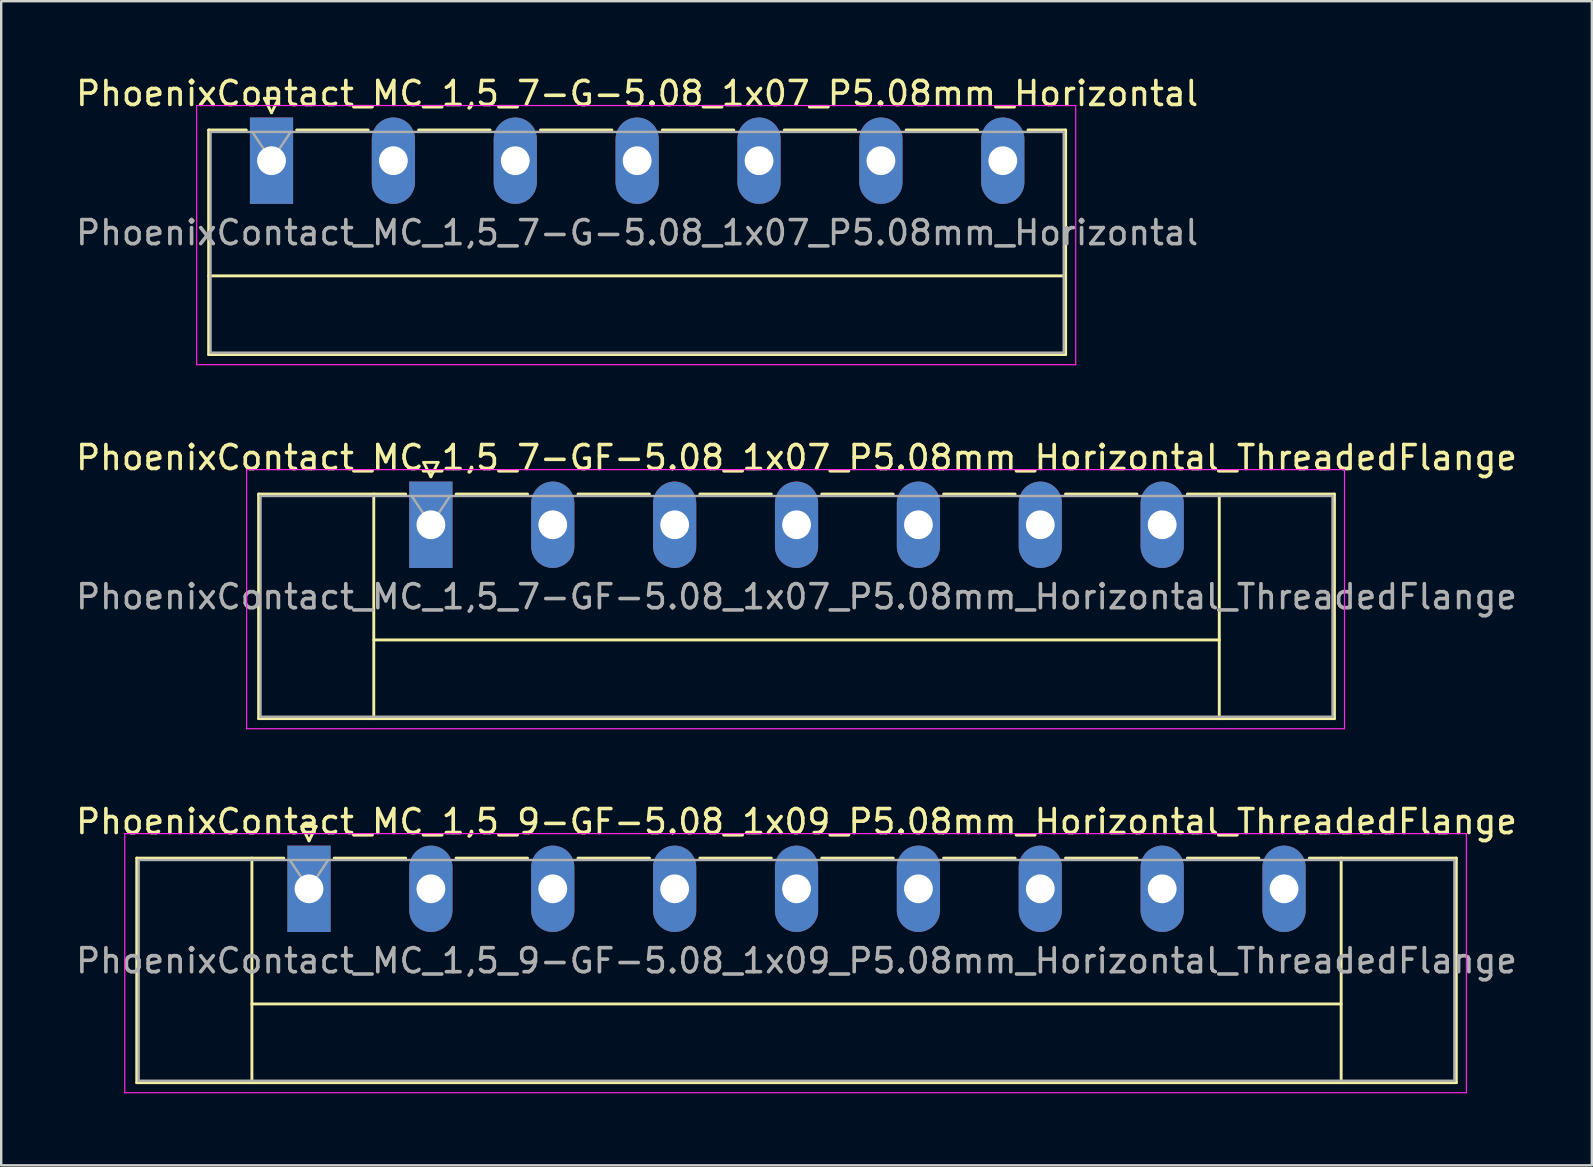
<source format=kicad_pcb>
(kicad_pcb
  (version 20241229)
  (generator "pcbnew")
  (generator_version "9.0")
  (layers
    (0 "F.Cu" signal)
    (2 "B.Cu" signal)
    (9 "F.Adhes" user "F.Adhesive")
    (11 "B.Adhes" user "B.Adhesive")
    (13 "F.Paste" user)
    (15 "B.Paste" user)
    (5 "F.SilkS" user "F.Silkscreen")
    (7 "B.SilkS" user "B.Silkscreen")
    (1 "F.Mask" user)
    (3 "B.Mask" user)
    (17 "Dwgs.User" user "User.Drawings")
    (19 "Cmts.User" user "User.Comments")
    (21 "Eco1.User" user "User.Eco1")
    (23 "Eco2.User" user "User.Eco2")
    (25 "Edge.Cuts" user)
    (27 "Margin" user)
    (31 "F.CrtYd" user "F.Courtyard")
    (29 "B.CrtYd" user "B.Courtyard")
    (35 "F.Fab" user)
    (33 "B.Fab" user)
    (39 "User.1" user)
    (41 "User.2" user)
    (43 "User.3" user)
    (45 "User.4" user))
  (footprint "PhoenixContact_MC_1,5_7-G-5.08_1x07_P5.08mm_Horizontal"
    (layer "F.Cu")
    (at 8.266 3.648)
    (property "Reference" "PhoenixContact_MC_1,5_7-G-5.08_1x07_P5.08mm_Horizontal" (at 15.24 -2.8 0) (layer "F.SilkS") (effects (font (size 1 1) (thickness 0.15))))
    (attr through_hole)
    (fp_line (start -2.62 -1.28) (end -2.62 8.08) (stroke (width 0.12) (type solid)) (layer "F.SilkS"))
    (fp_line (start -2.62 -1.28) (end -1.05 -1.28) (stroke (width 0.12) (type solid)) (layer "F.SilkS"))
    (fp_line (start -2.62 4.8) (end 33.1 4.8) (stroke (width 0.12) (type solid)) (layer "F.SilkS"))
    (fp_line (start -2.62 8.08) (end 33.1 8.08) (stroke (width 0.12) (type solid)) (layer "F.SilkS"))
    (fp_line (start -0.3 -2.6) (end 0.3 -2.6) (stroke (width 0.12) (type solid)) (layer "F.SilkS"))
    (fp_line (start 0 -2) (end -0.3 -2.6) (stroke (width 0.12) (type solid)) (layer "F.SilkS"))
    (fp_line (start 0.3 -2.6) (end 0 -2) (stroke (width 0.12) (type solid)) (layer "F.SilkS"))
    (fp_line (start 1.05 -1.28) (end 4.03 -1.28) (stroke (width 0.12) (type solid)) (layer "F.SilkS"))
    (fp_line (start 6.13 -1.28) (end 9.11 -1.28) (stroke (width 0.12) (type solid)) (layer "F.SilkS"))
    (fp_line (start 11.21 -1.28) (end 14.19 -1.28) (stroke (width 0.12) (type solid)) (layer "F.SilkS"))
    (fp_line (start 16.29 -1.28) (end 19.27 -1.28) (stroke (width 0.12) (type solid)) (layer "F.SilkS"))
    (fp_line (start 21.37 -1.28) (end 24.35 -1.28) (stroke (width 0.12) (type solid)) (layer "F.SilkS"))
    (fp_line (start 26.45 -1.28) (end 29.43 -1.28) (stroke (width 0.12) (type solid)) (layer "F.SilkS"))
    (fp_line (start 33.1 -1.28) (end 31.53 -1.28) (stroke (width 0.12) (type solid)) (layer "F.SilkS"))
    (fp_line (start 33.1 8.08) (end 33.1 -1.28) (stroke (width 0.12) (type solid)) (layer "F.SilkS"))
    (fp_line (start -3.12 -2.3) (end -3.12 8.5) (stroke (width 0.05) (type solid)) (layer "F.CrtYd"))
    (fp_line (start -3.12 8.5) (end 33.52 8.5) (stroke (width 0.05) (type solid)) (layer "F.CrtYd"))
    (fp_line (start 33.52 -2.3) (end -3.12 -2.3) (stroke (width 0.05) (type solid)) (layer "F.CrtYd"))
    (fp_line (start 33.52 8.5) (end 33.52 -2.3) (stroke (width 0.05) (type solid)) (layer "F.CrtYd"))
    (fp_line (start -2.54 -1.2) (end -2.54 8) (stroke (width 0.1) (type solid)) (layer "F.Fab"))
    (fp_line (start -2.54 8) (end 33.02 8) (stroke (width 0.1) (type solid)) (layer "F.Fab"))
    (fp_line (start 0 0) (end -0.8 -1.2) (stroke (width 0.1) (type solid)) (layer "F.Fab"))
    (fp_line (start 0.8 -1.2) (end 0 0) (stroke (width 0.1) (type solid)) (layer "F.Fab"))
    (fp_line (start 33.02 -1.2) (end -2.54 -1.2) (stroke (width 0.1) (type solid)) (layer "F.Fab"))
    (fp_line (start 33.02 8) (end 33.02 -1.2) (stroke (width 0.1) (type solid)) (layer "F.Fab"))
    (fp_text user "${REFERENCE}" (at 15.24 3 0) (layer "F.Fab") (effects (font (size 1 1) (thickness 0.15))))
    (pad "1" thru_hole rect (at 0 0) (size 1.8 3.6) (drill 1.2) (layers "*.Cu" "*.Mask"))
    (pad "2" thru_hole oval (at 5.08 0) (size 1.8 3.6) (drill 1.2) (layers "*.Cu" "*.Mask"))
    (pad "3" thru_hole oval (at 10.16 0) (size 1.8 3.6) (drill 1.2) (layers "*.Cu" "*.Mask"))
    (pad "4" thru_hole oval (at 15.24 0) (size 1.8 3.6) (drill 1.2) (layers "*.Cu" "*.Mask"))
    (pad "5" thru_hole oval (at 20.32 0) (size 1.8 3.6) (drill 1.2) (layers "*.Cu" "*.Mask"))
    (pad "6" thru_hole oval (at 25.4 0) (size 1.8 3.6) (drill 1.2) (layers "*.Cu" "*.Mask"))
    (pad "7" thru_hole oval (at 30.48 0) (size 1.8 3.6) (drill 1.2) (layers "*.Cu" "*.Mask")))
  (footprint "PhoenixContact_MC_1,5_7-GF-5.08_1x07_P5.08mm_Horizontal_ThreadedFlange"
    (layer "F.Cu")
    (at 14.909 18.822)
    (property "Reference" "PhoenixContact_MC_1,5_7-GF-5.08_1x07_P5.08mm_Horizontal_ThreadedFlange" (at 15.24 -2.8 0) (layer "F.SilkS") (effects (font (size 1 1) (thickness 0.15))))
    (attr through_hole)
    (fp_line (start -7.18 -1.28) (end -7.18 8.08) (stroke (width 0.12) (type solid)) (layer "F.SilkS"))
    (fp_line (start -7.18 -1.28) (end -1.05 -1.28) (stroke (width 0.12) (type solid)) (layer "F.SilkS"))
    (fp_line (start -7.18 8.08) (end 37.66 8.08) (stroke (width 0.12) (type solid)) (layer "F.SilkS"))
    (fp_line (start -2.38 -1.28) (end -2.38 8.08) (stroke (width 0.12) (type solid)) (layer "F.SilkS"))
    (fp_line (start -2.38 4.8) (end 32.86 4.8) (stroke (width 0.12) (type solid)) (layer "F.SilkS"))
    (fp_line (start -0.3 -2.6) (end 0.3 -2.6) (stroke (width 0.12) (type solid)) (layer "F.SilkS"))
    (fp_line (start 0 -2) (end -0.3 -2.6) (stroke (width 0.12) (type solid)) (layer "F.SilkS"))
    (fp_line (start 0.3 -2.6) (end 0 -2) (stroke (width 0.12) (type solid)) (layer "F.SilkS"))
    (fp_line (start 1.05 -1.28) (end 4.03 -1.28) (stroke (width 0.12) (type solid)) (layer "F.SilkS"))
    (fp_line (start 6.13 -1.28) (end 9.11 -1.28) (stroke (width 0.12) (type solid)) (layer "F.SilkS"))
    (fp_line (start 11.21 -1.28) (end 14.19 -1.28) (stroke (width 0.12) (type solid)) (layer "F.SilkS"))
    (fp_line (start 16.29 -1.28) (end 19.27 -1.28) (stroke (width 0.12) (type solid)) (layer "F.SilkS"))
    (fp_line (start 21.37 -1.28) (end 24.35 -1.28) (stroke (width 0.12) (type solid)) (layer "F.SilkS"))
    (fp_line (start 26.45 -1.28) (end 29.43 -1.28) (stroke (width 0.12) (type solid)) (layer "F.SilkS"))
    (fp_line (start 32.86 -1.28) (end 32.86 8.08) (stroke (width 0.12) (type solid)) (layer "F.SilkS"))
    (fp_line (start 37.66 -1.28) (end 31.53 -1.28) (stroke (width 0.12) (type solid)) (layer "F.SilkS"))
    (fp_line (start 37.66 8.08) (end 37.66 -1.28) (stroke (width 0.12) (type solid)) (layer "F.SilkS"))
    (fp_line (start -7.68 -2.3) (end -7.68 8.5) (stroke (width 0.05) (type solid)) (layer "F.CrtYd"))
    (fp_line (start -7.68 8.5) (end 38.08 8.5) (stroke (width 0.05) (type solid)) (layer "F.CrtYd"))
    (fp_line (start 38.08 -2.3) (end -7.68 -2.3) (stroke (width 0.05) (type solid)) (layer "F.CrtYd"))
    (fp_line (start 38.08 8.5) (end 38.08 -2.3) (stroke (width 0.05) (type solid)) (layer "F.CrtYd"))
    (fp_line (start -7.1 -1.2) (end -7.1 8) (stroke (width 0.1) (type solid)) (layer "F.Fab"))
    (fp_line (start -7.1 8) (end 37.58 8) (stroke (width 0.1) (type solid)) (layer "F.Fab"))
    (fp_line (start 0 0) (end -0.8 -1.2) (stroke (width 0.1) (type solid)) (layer "F.Fab"))
    (fp_line (start 0.8 -1.2) (end 0 0) (stroke (width 0.1) (type solid)) (layer "F.Fab"))
    (fp_line (start 37.58 -1.2) (end -7.1 -1.2) (stroke (width 0.1) (type solid)) (layer "F.Fab"))
    (fp_line (start 37.58 8) (end 37.58 -1.2) (stroke (width 0.1) (type solid)) (layer "F.Fab"))
    (fp_text user "${REFERENCE}" (at 15.24 3 0) (layer "F.Fab") (effects (font (size 1 1) (thickness 0.15))))
    (pad "1" thru_hole rect (at 0 0) (size 1.8 3.6) (drill 1.2) (layers "*.Cu" "*.Mask"))
    (pad "2" thru_hole oval (at 5.08 0) (size 1.8 3.6) (drill 1.2) (layers "*.Cu" "*.Mask"))
    (pad "3" thru_hole oval (at 10.16 0) (size 1.8 3.6) (drill 1.2) (layers "*.Cu" "*.Mask"))
    (pad "4" thru_hole oval (at 15.24 0) (size 1.8 3.6) (drill 1.2) (layers "*.Cu" "*.Mask"))
    (pad "5" thru_hole oval (at 20.32 0) (size 1.8 3.6) (drill 1.2) (layers "*.Cu" "*.Mask"))
    (pad "6" thru_hole oval (at 25.4 0) (size 1.8 3.6) (drill 1.2) (layers "*.Cu" "*.Mask"))
    (pad "7" thru_hole oval (at 30.48 0) (size 1.8 3.6) (drill 1.2) (layers "*.Cu" "*.Mask")))
  (footprint "PhoenixContact_MC_1,5_9-GF-5.08_1x09_P5.08mm_Horizontal_ThreadedFlange"
    (layer "F.Cu")
    (at 9.829 33.995)
    (property "Reference" "PhoenixContact_MC_1,5_9-GF-5.08_1x09_P5.08mm_Horizontal_ThreadedFlange" (at 20.32 -2.8 0) (layer "F.SilkS") (effects (font (size 1 1) (thickness 0.15))))
    (attr through_hole)
    (fp_line (start -7.18 -1.28) (end -7.18 8.08) (stroke (width 0.12) (type solid)) (layer "F.SilkS"))
    (fp_line (start -7.18 -1.28) (end -1.05 -1.28) (stroke (width 0.12) (type solid)) (layer "F.SilkS"))
    (fp_line (start -7.18 8.08) (end 47.82 8.08) (stroke (width 0.12) (type solid)) (layer "F.SilkS"))
    (fp_line (start -2.38 -1.28) (end -2.38 8.08) (stroke (width 0.12) (type solid)) (layer "F.SilkS"))
    (fp_line (start -2.38 4.8) (end 43.02 4.8) (stroke (width 0.12) (type solid)) (layer "F.SilkS"))
    (fp_line (start -0.3 -2.6) (end 0.3 -2.6) (stroke (width 0.12) (type solid)) (layer "F.SilkS"))
    (fp_line (start 0 -2) (end -0.3 -2.6) (stroke (width 0.12) (type solid)) (layer "F.SilkS"))
    (fp_line (start 0.3 -2.6) (end 0 -2) (stroke (width 0.12) (type solid)) (layer "F.SilkS"))
    (fp_line (start 1.05 -1.28) (end 4.03 -1.28) (stroke (width 0.12) (type solid)) (layer "F.SilkS"))
    (fp_line (start 6.13 -1.28) (end 9.11 -1.28) (stroke (width 0.12) (type solid)) (layer "F.SilkS"))
    (fp_line (start 11.21 -1.28) (end 14.19 -1.28) (stroke (width 0.12) (type solid)) (layer "F.SilkS"))
    (fp_line (start 16.29 -1.28) (end 19.27 -1.28) (stroke (width 0.12) (type solid)) (layer "F.SilkS"))
    (fp_line (start 21.37 -1.28) (end 24.35 -1.28) (stroke (width 0.12) (type solid)) (layer "F.SilkS"))
    (fp_line (start 26.45 -1.28) (end 29.43 -1.28) (stroke (width 0.12) (type solid)) (layer "F.SilkS"))
    (fp_line (start 31.53 -1.28) (end 34.51 -1.28) (stroke (width 0.12) (type solid)) (layer "F.SilkS"))
    (fp_line (start 36.61 -1.28) (end 39.59 -1.28) (stroke (width 0.12) (type solid)) (layer "F.SilkS"))
    (fp_line (start 43.02 -1.28) (end 43.02 8.08) (stroke (width 0.12) (type solid)) (layer "F.SilkS"))
    (fp_line (start 47.82 -1.28) (end 41.69 -1.28) (stroke (width 0.12) (type solid)) (layer "F.SilkS"))
    (fp_line (start 47.82 8.08) (end 47.82 -1.28) (stroke (width 0.12) (type solid)) (layer "F.SilkS"))
    (fp_line (start -7.68 -2.3) (end -7.68 8.5) (stroke (width 0.05) (type solid)) (layer "F.CrtYd"))
    (fp_line (start -7.68 8.5) (end 48.24 8.5) (stroke (width 0.05) (type solid)) (layer "F.CrtYd"))
    (fp_line (start 48.24 -2.3) (end -7.68 -2.3) (stroke (width 0.05) (type solid)) (layer "F.CrtYd"))
    (fp_line (start 48.24 8.5) (end 48.24 -2.3) (stroke (width 0.05) (type solid)) (layer "F.CrtYd"))
    (fp_line (start -7.1 -1.2) (end -7.1 8) (stroke (width 0.1) (type solid)) (layer "F.Fab"))
    (fp_line (start -7.1 8) (end 47.74 8) (stroke (width 0.1) (type solid)) (layer "F.Fab"))
    (fp_line (start 0 0) (end -0.8 -1.2) (stroke (width 0.1) (type solid)) (layer "F.Fab"))
    (fp_line (start 0.8 -1.2) (end 0 0) (stroke (width 0.1) (type solid)) (layer "F.Fab"))
    (fp_line (start 47.74 -1.2) (end -7.1 -1.2) (stroke (width 0.1) (type solid)) (layer "F.Fab"))
    (fp_line (start 47.74 8) (end 47.74 -1.2) (stroke (width 0.1) (type solid)) (layer "F.Fab"))
    (fp_text user "${REFERENCE}" (at 20.32 3 0) (layer "F.Fab") (effects (font (size 1 1) (thickness 0.15))))
    (pad "1" thru_hole rect (at 0 0) (size 1.8 3.6) (drill 1.2) (layers "*.Cu" "*.Mask"))
    (pad "2" thru_hole oval (at 5.08 0) (size 1.8 3.6) (drill 1.2) (layers "*.Cu" "*.Mask"))
    (pad "3" thru_hole oval (at 10.16 0) (size 1.8 3.6) (drill 1.2) (layers "*.Cu" "*.Mask"))
    (pad "4" thru_hole oval (at 15.24 0) (size 1.8 3.6) (drill 1.2) (layers "*.Cu" "*.Mask"))
    (pad "5" thru_hole oval (at 20.32 0) (size 1.8 3.6) (drill 1.2) (layers "*.Cu" "*.Mask"))
    (pad "6" thru_hole oval (at 25.4 0) (size 1.8 3.6) (drill 1.2) (layers "*.Cu" "*.Mask"))
    (pad "7" thru_hole oval (at 30.48 0) (size 1.8 3.6) (drill 1.2) (layers "*.Cu" "*.Mask"))
    (pad "8" thru_hole oval (at 35.56 0) (size 1.8 3.6) (drill 1.2) (layers "*.Cu" "*.Mask"))
    (pad "9" thru_hole oval (at 40.64 0) (size 1.8 3.6) (drill 1.2) (layers "*.Cu" "*.Mask")))
  (gr_rect
    (start -3 -3)
    (end 63.298 45.52)
    (stroke (width 0.1) (type default))
    (fill no)
    (layer "Edge.Cuts")))
</source>
